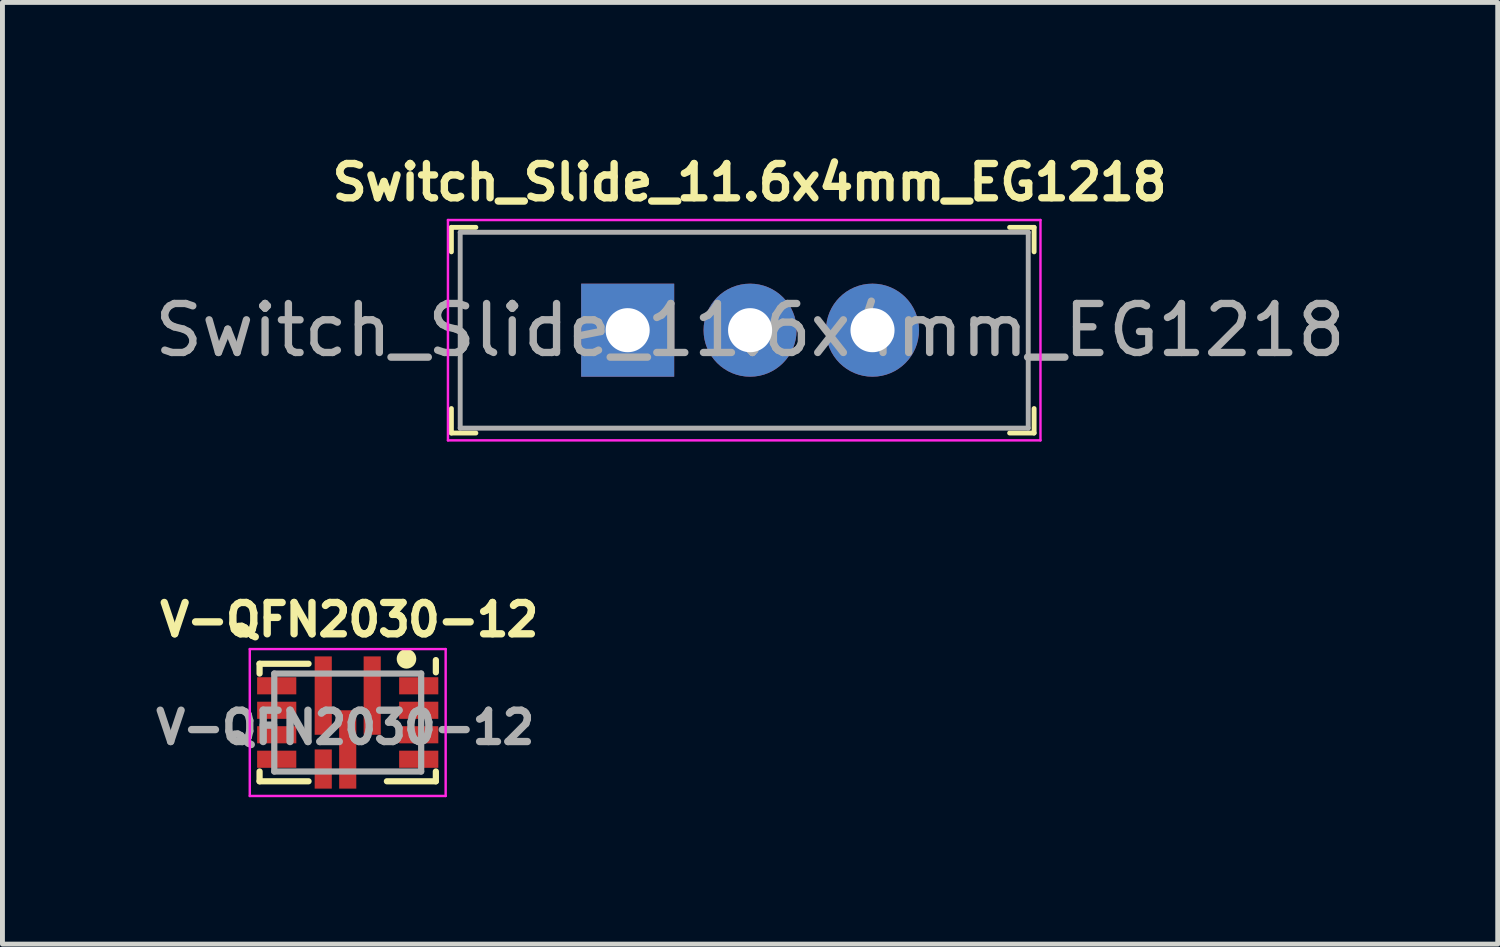
<source format=kicad_pcb>
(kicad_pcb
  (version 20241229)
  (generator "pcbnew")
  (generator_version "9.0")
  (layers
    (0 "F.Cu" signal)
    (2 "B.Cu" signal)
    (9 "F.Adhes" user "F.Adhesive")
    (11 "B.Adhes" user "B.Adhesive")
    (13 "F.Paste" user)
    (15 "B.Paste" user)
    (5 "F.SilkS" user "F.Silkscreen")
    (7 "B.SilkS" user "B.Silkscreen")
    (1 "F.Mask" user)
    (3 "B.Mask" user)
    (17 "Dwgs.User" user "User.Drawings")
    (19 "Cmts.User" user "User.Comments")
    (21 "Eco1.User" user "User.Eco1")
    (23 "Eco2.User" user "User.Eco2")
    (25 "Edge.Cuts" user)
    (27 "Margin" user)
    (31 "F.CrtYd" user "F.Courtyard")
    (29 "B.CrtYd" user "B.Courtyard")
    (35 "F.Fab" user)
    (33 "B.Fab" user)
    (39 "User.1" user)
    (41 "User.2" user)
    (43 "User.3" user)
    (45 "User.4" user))
  (footprint "Switch_Slide_11.6x4mm_EG1218"
    (layer "F.Cu")
    (at 9.768 3.693)
    (property "Reference" "Switch_Slide_11.6x4mm_EG1218" (at 2.49 -3.02 0) (layer "F.SilkS") (effects (font (size 0.7 0.7) (thickness 0.15))))
    (attr through_hole)
    (fp_line (start -3.6 -2.1) (end -3.6 -1.6) (stroke (width 0.1) (type solid)) (layer "F.SilkS"))
    (fp_line (start -3.6 -2.1) (end -3.1 -2.1) (stroke (width 0.1) (type solid)) (layer "F.SilkS"))
    (fp_line (start -3.6 2.1) (end -3.6 1.6) (stroke (width 0.1) (type solid)) (layer "F.SilkS"))
    (fp_line (start -3.6 2.1) (end -3.1 2.1) (stroke (width 0.1) (type solid)) (layer "F.SilkS"))
    (fp_line (start 8.3 -2.1) (end 7.8 -2.1) (stroke (width 0.1) (type solid)) (layer "F.SilkS"))
    (fp_line (start 8.3 -2.1) (end 8.3 -1.6) (stroke (width 0.1) (type solid)) (layer "F.SilkS"))
    (fp_line (start 8.3 2.1) (end 7.8 2.1) (stroke (width 0.1) (type solid)) (layer "F.SilkS"))
    (fp_line (start 8.3 2.1) (end 8.3 1.6) (stroke (width 0.1) (type solid)) (layer "F.SilkS"))
    (fp_line (start -3.67 -2.25) (end 8.43 -2.25) (stroke (width 0.05) (type solid)) (layer "F.CrtYd"))
    (fp_line (start -3.67 2.25) (end -3.67 -2.25) (stroke (width 0.05) (type solid)) (layer "F.CrtYd"))
    (fp_line (start -3.67 2.25) (end 8.43 2.25) (stroke (width 0.05) (type solid)) (layer "F.CrtYd"))
    (fp_line (start 8.43 2.25) (end 8.43 -2.25) (stroke (width 0.05) (type solid)) (layer "F.CrtYd"))
    (fp_line (start -3.42 -2) (end 8.18 -2) (stroke (width 0.1) (type solid)) (layer "F.Fab"))
    (fp_line (start -3.42 2) (end -3.42 -2) (stroke (width 0.1) (type solid)) (layer "F.Fab"))
    (fp_line (start -3.42 2) (end 8.18 2) (stroke (width 0.1) (type solid)) (layer "F.Fab"))
    (fp_line (start 8.18 2) (end 8.18 -2) (stroke (width 0.1) (type solid)) (layer "F.Fab"))
    (fp_text user "${REFERENCE}" (at 2.5 0 0) (layer "F.Fab") (effects (font (size 1 1) (thickness 0.15))))
    (pad "1" thru_hole rect (at 0 0) (size 1.9 1.9) (drill 0.9) (layers "*.Cu" "*.Mask"))
    (pad "2" thru_hole circle (at 2.5 0) (size 1.9 1.9) (drill 0.9) (layers "*.Cu" "*.Mask"))
    (pad "3" thru_hole circle (at 5 0) (size 1.9 1.9) (drill 0.9) (layers "*.Cu" "*.Mask")))
  (footprint "V-QFN2030-12"
    (layer "F.Cu")
    (at 4.051 11.705)
    (property "Reference" "V-QFN2030-12" (at 0.032 -2.1 0) (layer "F.SilkS") (effects (font (size 0.64 0.64) (thickness 0.15))))
    (attr smd)
    (fp_line (start -1.8 -1.2) (end -0.8 -1.2) (stroke (width 0.127) (type solid)) (layer "F.SilkS"))
    (fp_line (start -1.8 -1) (end -1.8 -1.2) (stroke (width 0.127) (type solid)) (layer "F.SilkS"))
    (fp_line (start -1.8 1.2) (end -1.8 1) (stroke (width 0.127) (type solid)) (layer "F.SilkS"))
    (fp_line (start -0.8 1.2) (end -1.8 1.2) (stroke (width 0.127) (type solid)) (layer "F.SilkS"))
    (fp_line (start 1.8 -1.275) (end 1.8 -1.025) (stroke (width 0.127) (type solid)) (layer "F.SilkS"))
    (fp_line (start 1.8 1) (end 1.8 1.2) (stroke (width 0.127) (type solid)) (layer "F.SilkS"))
    (fp_line (start 1.8 1.2) (end 0.8 1.2) (stroke (width 0.127) (type solid)) (layer "F.SilkS"))
    (fp_circle (center 1.2 -1.3) (end 1.2 -1.2) (stroke (width 0.2) (type solid)) (fill no) (layer "F.SilkS"))
    (fp_line (start -2 -1.5) (end -2 1.5) (stroke (width 0.05) (type solid)) (layer "F.CrtYd"))
    (fp_line (start -2 1.5) (end 2 1.5) (stroke (width 0.05) (type solid)) (layer "F.CrtYd"))
    (fp_line (start 2 -1.5) (end -2 -1.5) (stroke (width 0.05) (type solid)) (layer "F.CrtYd"))
    (fp_line (start 2 1.5) (end 2 -1.5) (stroke (width 0.05) (type solid)) (layer "F.CrtYd"))
    (fp_line (start -1.5 1) (end -1.5 -1) (stroke (width 0.127) (type solid)) (layer "F.Fab"))
    (fp_line (start -1.5 1) (end 1.5 1) (stroke (width 0.127) (type solid)) (layer "F.Fab"))
    (fp_line (start 1.5 -1) (end -1.5 -1) (stroke (width 0.127) (type solid)) (layer "F.Fab"))
    (fp_line (start 1.5 -1) (end 1.5 1) (stroke (width 0.127) (type solid)) (layer "F.Fab"))
    (fp_text user "${REFERENCE}" (at -0.05 0.1 0) (layer "F.Fab") (effects (font (size 0.64 0.64) (thickness 0.15))))
    (pad "1" smd rect (at 0.5 -0.55 270) (size 1.6 0.35) (layers "F.Cu" "F.Mask" "F.Paste"))
    (pad "2" smd rect (at -0.5 -0.55 270) (size 1.6 0.35) (layers "F.Cu" "F.Mask" "F.Paste"))
    (pad "3" smd rect (at -1.45 -0.75 270) (size 0.35 0.8) (layers "F.Cu" "F.Mask" "F.Paste"))
    (pad "4" smd rect (at -1.45 -0.25 270) (size 0.35 0.8) (layers "F.Cu" "F.Mask" "F.Paste"))
    (pad "5" smd rect (at -1.45 0.25 270) (size 0.35 0.8) (layers "F.Cu" "F.Mask" "F.Paste"))
    (pad "6" smd rect (at -1.45 0.75 270) (size 0.35 0.8) (layers "F.Cu" "F.Mask" "F.Paste"))
    (pad "7" smd rect (at -0.5 0.95) (size 0.35 0.8) (layers "F.Cu" "F.Mask" "F.Paste"))
    (pad "8" smd rect (at 0 0.55 270) (size 1.6 0.35) (layers "F.Cu" "F.Mask" "F.Paste"))
    (pad "9" smd rect (at 1.45 0.75 90) (size 0.35 0.8) (layers "F.Cu" "F.Mask" "F.Paste"))
    (pad "10" smd rect (at 1.45 0.25 90) (size 0.35 0.8) (layers "F.Cu" "F.Mask" "F.Paste"))
    (pad "11" smd rect (at 1.45 -0.25 90) (size 0.35 0.8) (layers "F.Cu" "F.Mask" "F.Paste"))
    (pad "12" smd rect (at 1.45 -0.75 90) (size 0.35 0.8) (layers "F.Cu" "F.Mask" "F.Paste")))
  (gr_rect
    (start -3 -3)
    (end 27.536 16.23)
    (stroke (width 0.1) (type default))
    (fill no)
    (layer "Edge.Cuts")))
</source>
